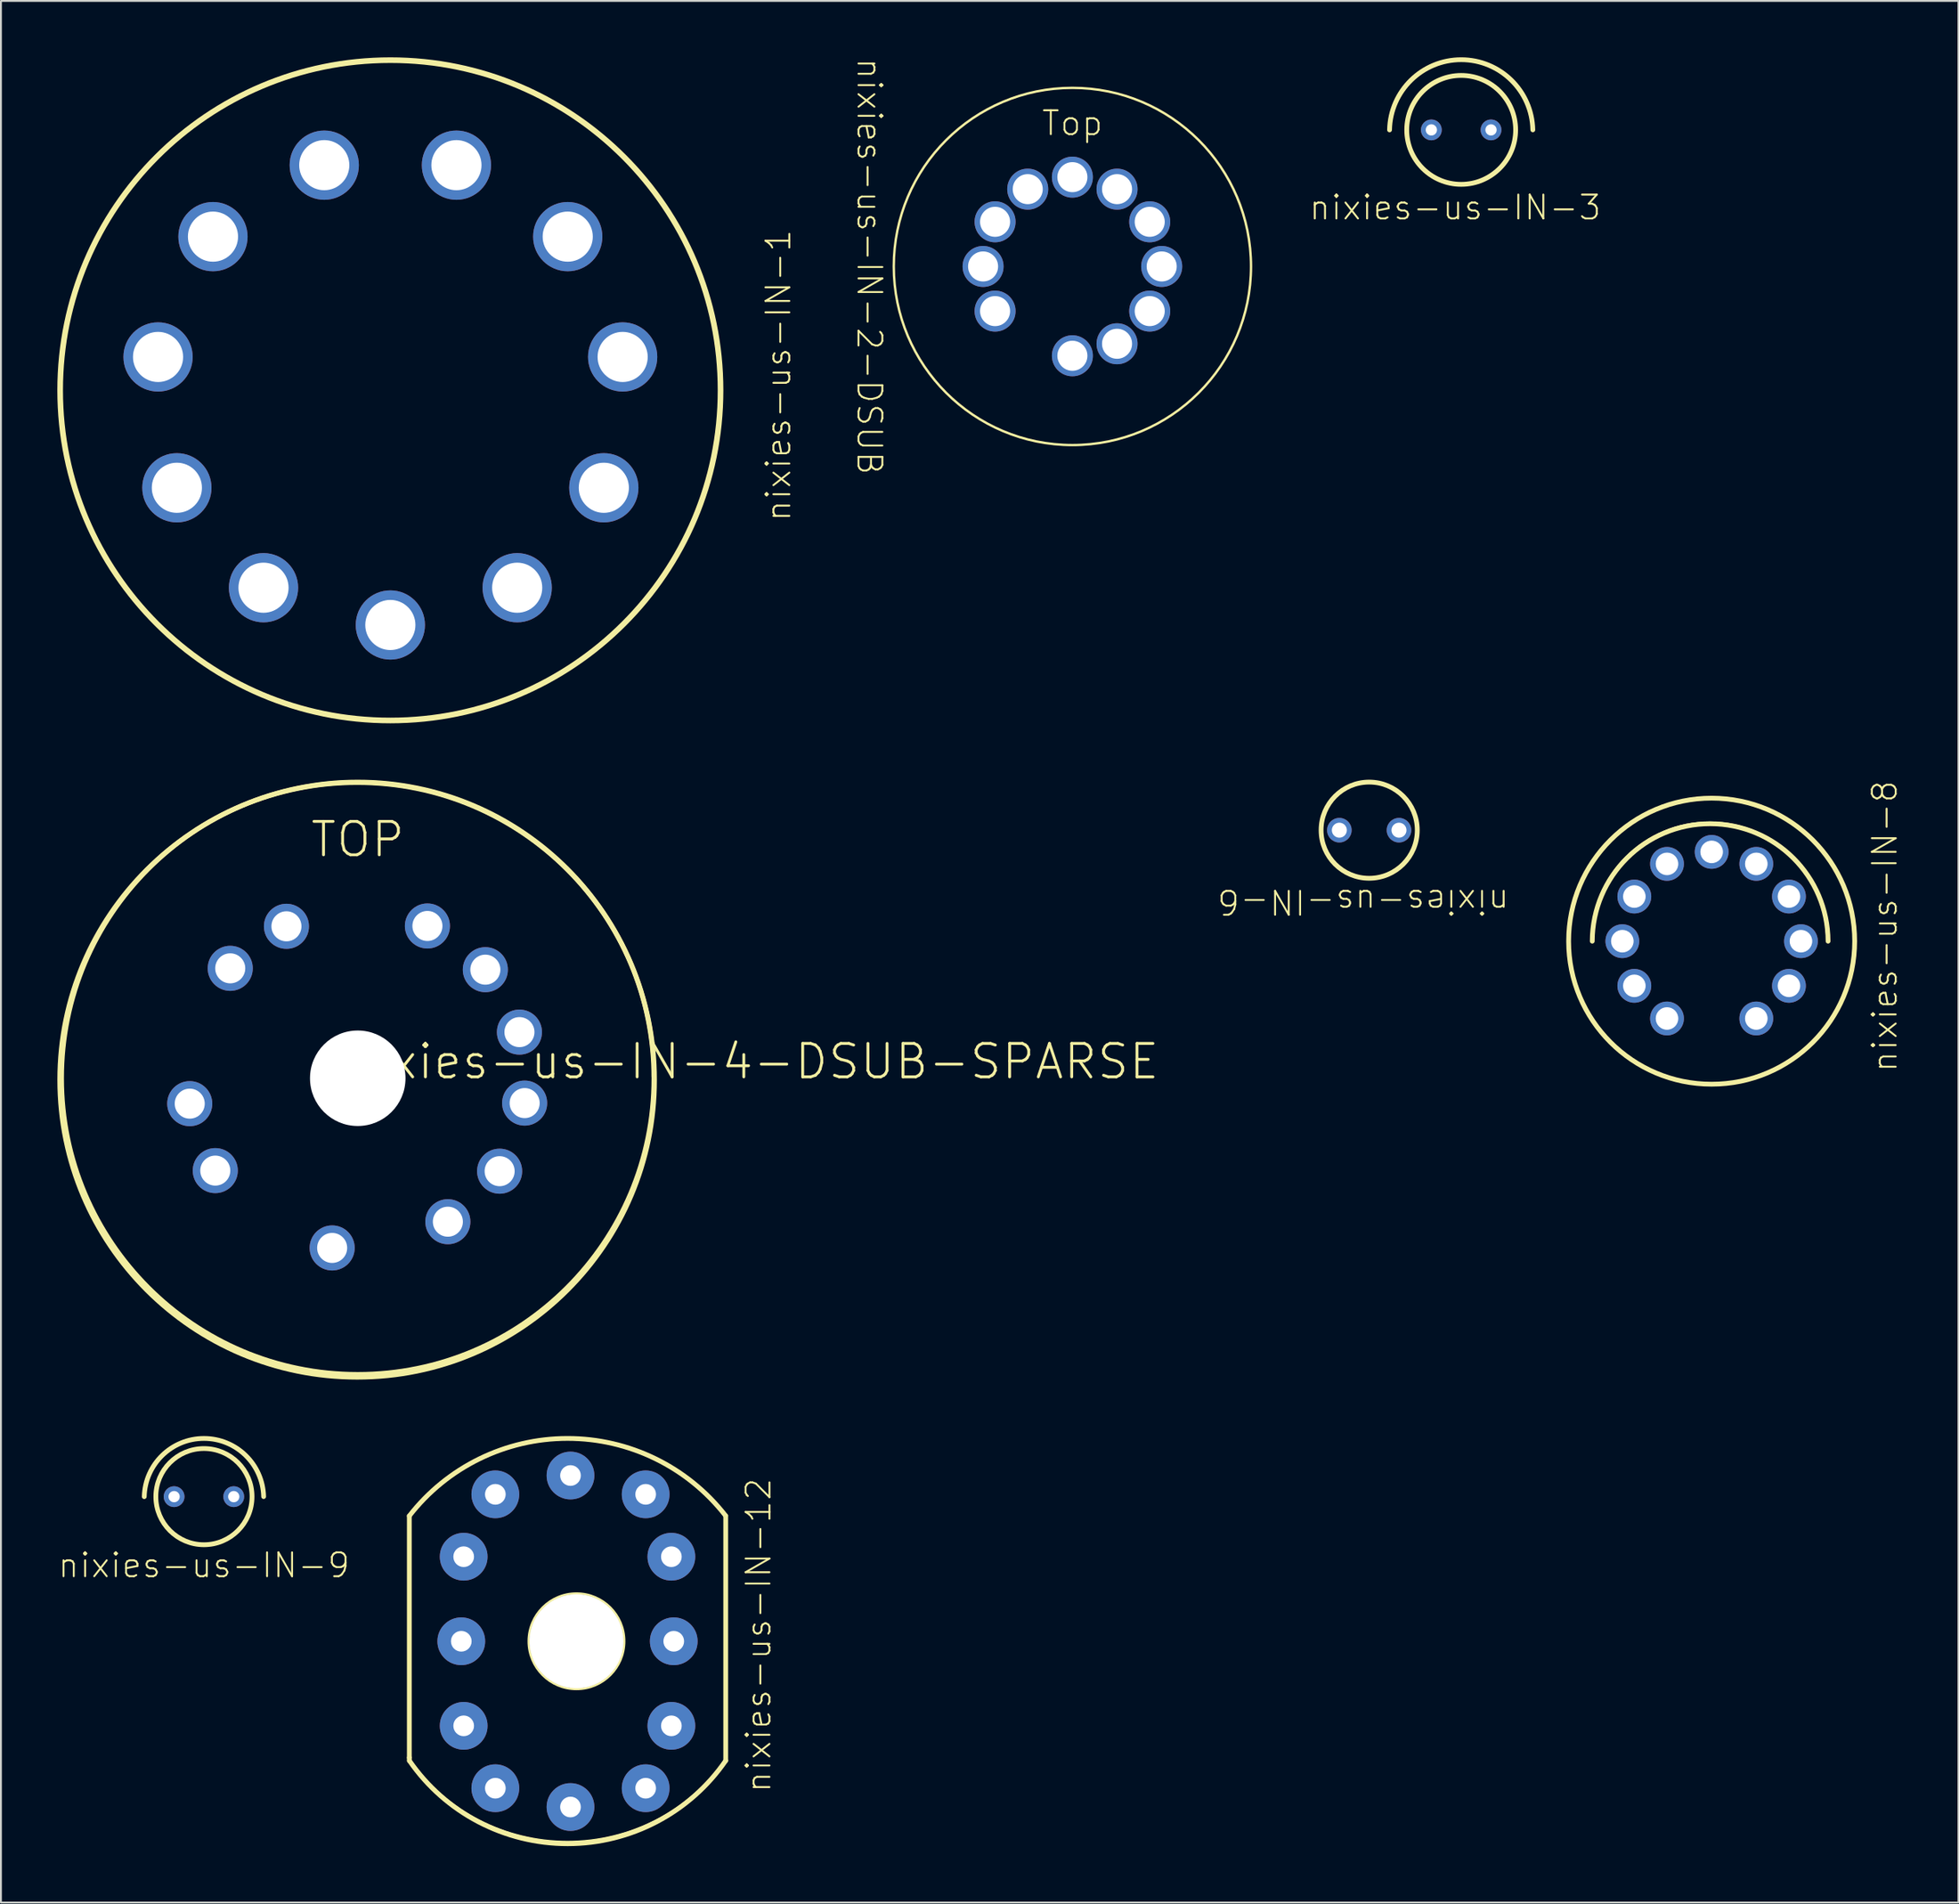
<source format=kicad_pcb>
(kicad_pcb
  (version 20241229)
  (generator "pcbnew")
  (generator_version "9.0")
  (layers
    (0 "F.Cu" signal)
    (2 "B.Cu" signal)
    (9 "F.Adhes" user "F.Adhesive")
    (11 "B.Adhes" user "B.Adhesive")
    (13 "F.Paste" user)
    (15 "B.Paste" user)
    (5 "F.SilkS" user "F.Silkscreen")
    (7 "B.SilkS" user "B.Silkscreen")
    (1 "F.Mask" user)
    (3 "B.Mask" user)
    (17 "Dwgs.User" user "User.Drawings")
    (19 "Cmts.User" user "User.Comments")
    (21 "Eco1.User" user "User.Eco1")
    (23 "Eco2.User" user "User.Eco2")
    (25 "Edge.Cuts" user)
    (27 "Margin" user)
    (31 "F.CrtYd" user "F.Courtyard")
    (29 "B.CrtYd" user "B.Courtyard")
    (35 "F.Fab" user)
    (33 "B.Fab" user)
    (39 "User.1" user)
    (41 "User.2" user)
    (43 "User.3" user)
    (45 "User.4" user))
  (footprint "nixies-us-IN-3"
    (layer "F.Cu")
    (at 74.664 3.859)
    (property "Reference" "nixies-us-IN-3" (at -0.318 4.128 0) (unlocked yes) (layer "F.SilkS") (effects (font (size 1.27 1.27) (thickness 0.102))))
    (attr exclude_from_pos_files exclude_from_bom)
    (fp_arc (start -3.81 0) (mid -0.001068 -3.732073) (end 3.809955 -0.002135) (stroke (width 0.254) (type solid)) (layer "F.SilkS"))
    (fp_circle (center 0 0) (end 0 -2.896) (stroke (width 0.254) (type solid)) (fill no) (layer "F.SilkS"))
    (pad "A" thru_hole circle (at -1.587 0) (size 1.107 1.107) (drill 0.599) (layers "*.Cu" "*.Mask"))
    (pad "K" thru_hole circle (at 1.587 0) (size 1.107 1.107) (drill 0.599) (layers "*.Cu" "*.Mask")))
  (footprint "nixies-us-IN-12"
    (layer "F.Cu")
    (at 27.61 84.25)
    (property "Reference" "nixies-us-IN-12" (at 9.682 -0.318 90) (unlocked yes) (layer "F.SilkS") (effects (font (size 1.27 1.27) (thickness 0.102))))
    (attr exclude_from_pos_files exclude_from_bom)
    (fp_line (start -8.89 6.19) (end -8.89 -6.668) (stroke (width 0.254) (type solid)) (layer "F.SilkS"))
    (fp_line (start -8.89 6.19) (end -8.89 6.35) (stroke (width 0.254) (type solid)) (layer "F.SilkS"))
    (fp_line (start 7.938 -6.668) (end 7.938 6.35) (stroke (width 0.254) (type solid)) (layer "F.SilkS"))
    (fp_arc (start -8.89 -6.6675) (mid -0.483925 -10.789801) (end 7.929063 -6.681627) (stroke (width 0.254) (type solid)) (layer "F.SilkS"))
    (fp_arc (start -8.89 -6.6675) (mid -0.483112 -10.757563) (end 7.929982 -6.680281) (stroke (width 0.127) (type solid)) (layer "F.SilkS"))
    (fp_arc (start 7.9375 6.35) (mid -0.475414 10.677846) (end -8.887964 6.349294) (stroke (width 0.127) (type solid)) (layer "F.SilkS"))
    (fp_arc (start 7.9375 6.35) (mid -0.469135 10.76972) (end -8.880822 6.359623) (stroke (width 0.254) (type solid)) (layer "F.SilkS"))
    (fp_circle (center 0 0) (end 0 -2.54) (stroke (width 0.127) (type solid)) (fill no) (layer "F.SilkS"))
    (pad "" np_thru_hole circle (at 0 0) (size 4.999 4.999) (drill 4.999) (layers "*.Cu" "*.Mask"))
    (pad "0" thru_hole circle (at 5.047 4.498) (size 2.54 2.54) (drill 1.1) (layers "*.Cu" "*.Mask"))
    (pad "1" thru_hole circle (at -4.315 7.816) (size 2.54 2.54) (drill 1.1) (layers "*.Cu" "*.Mask"))
    (pad "2" thru_hole circle (at -5.999 4.498) (size 2.54 2.54) (drill 1.1) (layers "*.Cu" "*.Mask"))
    (pad "3" thru_hole circle (at -6.126 0) (size 2.54 2.54) (drill 1.1) (layers "*.Cu" "*.Mask"))
    (pad "4" thru_hole circle (at -5.999 -4.498) (size 2.54 2.54) (drill 1.1) (layers "*.Cu" "*.Mask"))
    (pad "5" thru_hole circle (at -4.315 -7.816) (size 2.54 2.54) (drill 1.1) (layers "*.Cu" "*.Mask"))
    (pad "6" thru_hole circle (at -0.318 -8.816) (size 2.54 2.54) (drill 1.1) (layers "*.Cu" "*.Mask"))
    (pad "7" thru_hole circle (at 3.68 -7.816) (size 2.54 2.54) (drill 1.1) (layers "*.Cu" "*.Mask"))
    (pad "8" thru_hole circle (at 5.047 -4.498) (size 2.54 2.54) (drill 1.1) (layers "*.Cu" "*.Mask"))
    (pad "9" thru_hole circle (at 5.174 0) (size 2.54 2.54) (drill 1.1) (layers "*.Cu" "*.Mask"))
    (pad "A" thru_hole circle (at 3.68 7.816) (size 2.54 2.54) (drill 1.1) (layers "*.Cu" "*.Mask"))
    (pad "LHDP" thru_hole circle (at -0.318 8.816) (size 2.54 2.54) (drill 1.1) (layers "*.Cu" "*.Mask")))
  (footprint "nixies-us-IN-9"
    (layer "F.Cu")
    (at 7.797 76.557)
    (property "Reference" "nixies-us-IN-9" (at 0 3.65 0) (unlocked yes) (layer "F.SilkS") (effects (font (size 1.27 1.27) (thickness 0.102))))
    (attr exclude_from_pos_files exclude_from_bom)
    (fp_arc (start -3.175 0) (mid -0.001627 -3.097236) (end 3.174918 -0.003253) (stroke (width 0.254) (type solid)) (layer "F.SilkS"))
    (fp_circle (center 0 0) (end 0 -2.558) (stroke (width 0.254) (type solid)) (fill no) (layer "F.SilkS"))
    (pad "A" thru_hole circle (at -1.587 0) (size 1.107 1.107) (drill 0.599) (layers "*.Cu" "*.Mask"))
    (pad "K" thru_hole circle (at 1.585 0) (size 1.107 1.107) (drill 0.599) (layers "*.Cu" "*.Mask")))
  (footprint "nixies-us-IN-1"
    (layer "F.Cu")
    (at 17.711 17.711)
    (property "Reference" "nixies-us-IN-1" (at 20.637 -0.792 90) (unlocked yes) (layer "F.SilkS") (effects (font (size 1.27 1.27) (thickness 0.102))))
    (attr exclude_from_pos_files exclude_from_bom)
    (fp_circle (center 0 0) (end 0 -17.562) (stroke (width 0.3) (type solid)) (fill no) (layer "F.SilkS"))
    (pad "0" thru_hole circle (at 0 12.482) (size 3.683 3.683) (drill 2.667) (layers "*.Cu" "*.Mask"))
    (pad "1" thru_hole circle (at -11.354 5.184) (size 3.683 3.683) (drill 2.667) (layers "*.Cu" "*.Mask"))
    (pad "2" thru_hole circle (at -12.355 -1.775) (size 3.683 3.683) (drill 2.667) (layers "*.Cu" "*.Mask"))
    (pad "3" thru_hole circle (at -9.434 -8.174) (size 3.683 3.683) (drill 2.667) (layers "*.Cu" "*.Mask"))
    (pad "4" thru_hole circle (at -3.515 -11.976) (size 3.683 3.683) (drill 2.667) (layers "*.Cu" "*.Mask"))
    (pad "5" thru_hole circle (at 3.515 -11.976) (size 3.683 3.683) (drill 2.667) (layers "*.Cu" "*.Mask"))
    (pad "6" thru_hole circle (at 9.434 -8.174) (size 3.683 3.683) (drill 2.667) (layers "*.Cu" "*.Mask"))
    (pad "7" thru_hole circle (at 12.355 -1.775) (size 3.683 3.683) (drill 2.667) (layers "*.Cu" "*.Mask"))
    (pad "8" thru_hole circle (at 11.354 5.184) (size 3.683 3.683) (drill 2.667) (layers "*.Cu" "*.Mask"))
    (pad "9" thru_hole circle (at 6.746 10.5) (size 3.683 3.683) (drill 2.667) (layers "*.Cu" "*.Mask"))
    (pad "A" thru_hole circle (at -6.746 10.5) (size 3.683 3.683) (drill 2.667) (layers "*.Cu" "*.Mask")))
  (footprint "nixies-us-IN-8"
    (layer "F.Cu")
    (at 87.985 47.012)
    (property "Reference" "nixies-us-IN-8" (at 9.207 -0.792 90) (unlocked yes) (layer "F.SilkS") (effects (font (size 1.27 1.27) (thickness 0.102))))
    (attr exclude_from_pos_files exclude_from_bom)
    (fp_arc (start -6.35762 -0.08636) (mid -0.094355 -6.319533) (end 6.144282 -0.06171) (stroke (width 0.127) (type solid)) (layer "F.SilkS"))
    (fp_arc (start -6.35 0) (mid -0.07874 -6.27126) (end 6.19252 0) (stroke (width 0.254) (type solid)) (layer "F.SilkS"))
    (fp_circle (center 0 0) (end 0 -7.62) (stroke (width 0.127) (type solid)) (fill no) (layer "F.SilkS"))
    (fp_circle (center 0 0) (end 0 -7.607) (stroke (width 0.254) (type solid)) (fill no) (layer "F.SilkS"))
    (pad "0" thru_hole circle (at -4.112 2.375) (size 1.798 1.798) (drill 1.199) (layers "*.Cu" "*.Mask"))
    (pad "1" thru_hole circle (at 2.375 4.112) (size 1.798 1.798) (drill 1.199) (layers "*.Cu" "*.Mask"))
    (pad "2" thru_hole circle (at 4.112 2.375) (size 1.798 1.798) (drill 1.199) (layers "*.Cu" "*.Mask"))
    (pad "3" thru_hole circle (at 4.75 0) (size 1.798 1.798) (drill 1.199) (layers "*.Cu" "*.Mask"))
    (pad "4" thru_hole circle (at 4.112 -2.375) (size 1.798 1.798) (drill 1.199) (layers "*.Cu" "*.Mask"))
    (pad "5" thru_hole circle (at 2.375 -4.112) (size 1.798 1.798) (drill 1.199) (layers "*.Cu" "*.Mask"))
    (pad "6" thru_hole circle (at 0 -4.75) (size 1.798 1.798) (drill 1.199) (layers "*.Cu" "*.Mask"))
    (pad "7" thru_hole circle (at -2.375 -4.112) (size 1.798 1.798) (drill 1.199) (layers "*.Cu" "*.Mask"))
    (pad "8" thru_hole circle (at -4.112 -2.375) (size 1.798 1.798) (drill 1.199) (layers "*.Cu" "*.Mask"))
    (pad "9" thru_hole circle (at -4.75 0) (size 1.798 1.798) (drill 1.199) (layers "*.Cu" "*.Mask"))
    (pad "A" thru_hole circle (at -2.375 4.112) (size 1.798 1.798) (drill 1.199) (layers "*.Cu" "*.Mask")))
  (footprint "nixies-us-IN-2-DSUB"
    (layer "F.Cu")
    (at 53.986 11.123)
    (property "Reference" "nixies-us-IN-2-DSUB" (at -10.795 0 270) (unlocked yes) (layer "F.SilkS") (effects (font (size 1.27 1.27) (thickness 0.102))))
    (attr exclude_from_pos_files exclude_from_bom)
    (fp_circle (center 0 0) (end 0 -9.5) (stroke (width 0.127) (type solid)) (fill no) (layer "F.SilkS"))
    (fp_text user "Top" (at 0 -7.62 0) (layer "F.SilkS") (effects (font (size 1.27 1.27) (thickness 0.102))))
    (pad "0" thru_hole circle (at -4.75 0) (size 2.182 2.182) (drill 1.598) (layers "*.Cu" "*.Mask"))
    (pad "1" thru_hole circle (at 0 4.75) (size 2.182 2.182) (drill 1.598) (layers "*.Cu" "*.Mask"))
    (pad "2" thru_hole circle (at 2.375 4.112) (size 2.182 2.182) (drill 1.598) (layers "*.Cu" "*.Mask"))
    (pad "3" thru_hole circle (at 4.112 2.375) (size 2.182 2.182) (drill 1.598) (layers "*.Cu" "*.Mask"))
    (pad "4" thru_hole circle (at 4.75 0) (size 2.182 2.182) (drill 1.598) (layers "*.Cu" "*.Mask"))
    (pad "5" thru_hole circle (at 4.112 -2.375) (size 2.182 2.182) (drill 1.598) (layers "*.Cu" "*.Mask"))
    (pad "6" thru_hole circle (at 2.375 -4.112) (size 2.182 2.182) (drill 1.598) (layers "*.Cu" "*.Mask"))
    (pad "7" thru_hole circle (at 0 -4.75) (size 2.182 2.182) (drill 1.598) (layers "*.Cu" "*.Mask"))
    (pad "8" thru_hole circle (at -2.375 -4.112) (size 2.182 2.182) (drill 1.598) (layers "*.Cu" "*.Mask"))
    (pad "9" thru_hole circle (at -4.112 -2.375) (size 2.182 2.182) (drill 1.598) (layers "*.Cu" "*.Mask"))
    (pad "A" thru_hole circle (at -4.112 2.375) (size 2.182 2.182) (drill 1.598) (layers "*.Cu" "*.Mask")))
  (footprint "nixies-us-IN-4-DSUB-SPARSE"
    (layer "F.Cu")
    (at 15.977 54.303)
    (property "Reference" "nixies-us-IN-4-DSUB-SPARSE" (at 20.955 -0.889 0) (unlocked yes) (layer "F.SilkS") (effects (font (size 1.778 1.778) (thickness 0.152))))
    (attr exclude_from_pos_files exclude_from_bom)
    (fp_circle (center 0 0) (end 0 -2.54) (stroke (width 0.025) (type solid)) (fill no) (layer "F.Mask"))
    (fp_circle (center 0 0) (end 0 -1.27) (stroke (width 2.54) (type solid)) (fill no) (layer "F.Mask"))
    (fp_circle (center 0 0) (end 0 -1.27) (stroke (width 2.54) (type solid)) (fill no) (layer "B.Mask"))
    (fp_circle (center -0.033 0.086) (end -0.033 -15.73) (stroke (width 0.254) (type solid)) (fill no) (layer "F.SilkS"))
    (fp_circle (center 0 0) (end 0 -15.753) (stroke (width 0.254) (type solid)) (fill no) (layer "F.SilkS"))
    (fp_text user "TOP" (at 0 -12.7 0) (layer "F.SilkS") (effects (font (size 1.778 1.778) (thickness 0.152))))
    (pad "" np_thru_hole circle (at 0 0) (size 5.08 5.08) (drill 5.08) (layers "*.Cu" "*.Mask"))
    (pad "0" thru_hole circle (at -3.792 -8.082) (size 2.398 2.398) (drill 1.598) (layers "*.Cu" "*.Mask"))
    (pad "1" thru_hole circle (at -1.361 9.025) (size 2.398 2.398) (drill 1.598) (layers "*.Cu" "*.Mask"))
    (pad "2" thru_hole circle (at -6.782 -5.847) (size 2.398 2.398) (drill 1.598) (layers "*.Cu" "*.Mask"))
    (pad "3" thru_hole circle (at -8.936 1.351) (size 2.398 2.398) (drill 1.598) (layers "*.Cu" "*.Mask"))
    (pad "4" thru_hole circle (at 4.793 7.63) (size 2.398 2.398) (drill 1.598) (layers "*.Cu" "*.Mask"))
    (pad "5" thru_hole circle (at -7.577 4.912) (size 2.398 2.398) (drill 1.598) (layers "*.Cu" "*.Mask"))
    (pad "6" thru_hole circle (at 7.546 4.943) (size 2.398 2.398) (drill 1.598) (layers "*.Cu" "*.Mask"))
    (pad "7" thru_hole circle (at 3.706 -8.1) (size 2.398 2.398) (drill 1.598) (layers "*.Cu" "*.Mask"))
    (pad "8" thru_hole circle (at 8.877 1.321) (size 2.398 2.398) (drill 1.598) (layers "*.Cu" "*.Mask"))
    (pad "9" thru_hole circle (at 6.787 -5.776) (size 2.398 2.398) (drill 1.598) (layers "*.Cu" "*.Mask"))
    (pad "A3" thru_hole circle (at 8.6 -2.454) (size 2.398 2.398) (drill 1.598) (layers "*.Cu" "*.Mask")))
  (footprint "nixies-us-IN-6"
    (layer "F.Cu")
    (at 69.771 41.108)
    (property "Reference" "nixies-us-IN-6" (at -0.318 3.81 180) (unlocked yes) (layer "F.SilkS") (effects (font (size 1.27 1.27) (thickness 0.102))))
    (attr exclude_from_pos_files exclude_from_bom)
    (fp_circle (center 0 0) (end 0 -2.558) (stroke (width 0.254) (type solid)) (fill no) (layer "F.SilkS"))
    (pad "A" thru_hole circle (at -1.587 0) (size 1.306 1.306) (drill 0.798) (layers "*.Cu" "*.Mask"))
    (pad "K" thru_hole circle (at 1.585 0) (size 1.306 1.306) (drill 0.798) (layers "*.Cu" "*.Mask")))
  (gr_rect
    (start -3 -3)
    (end 101.113 98.146)
    (stroke (width 0.1) (type default))
    (fill no)
    (layer "Edge.Cuts")))
</source>
